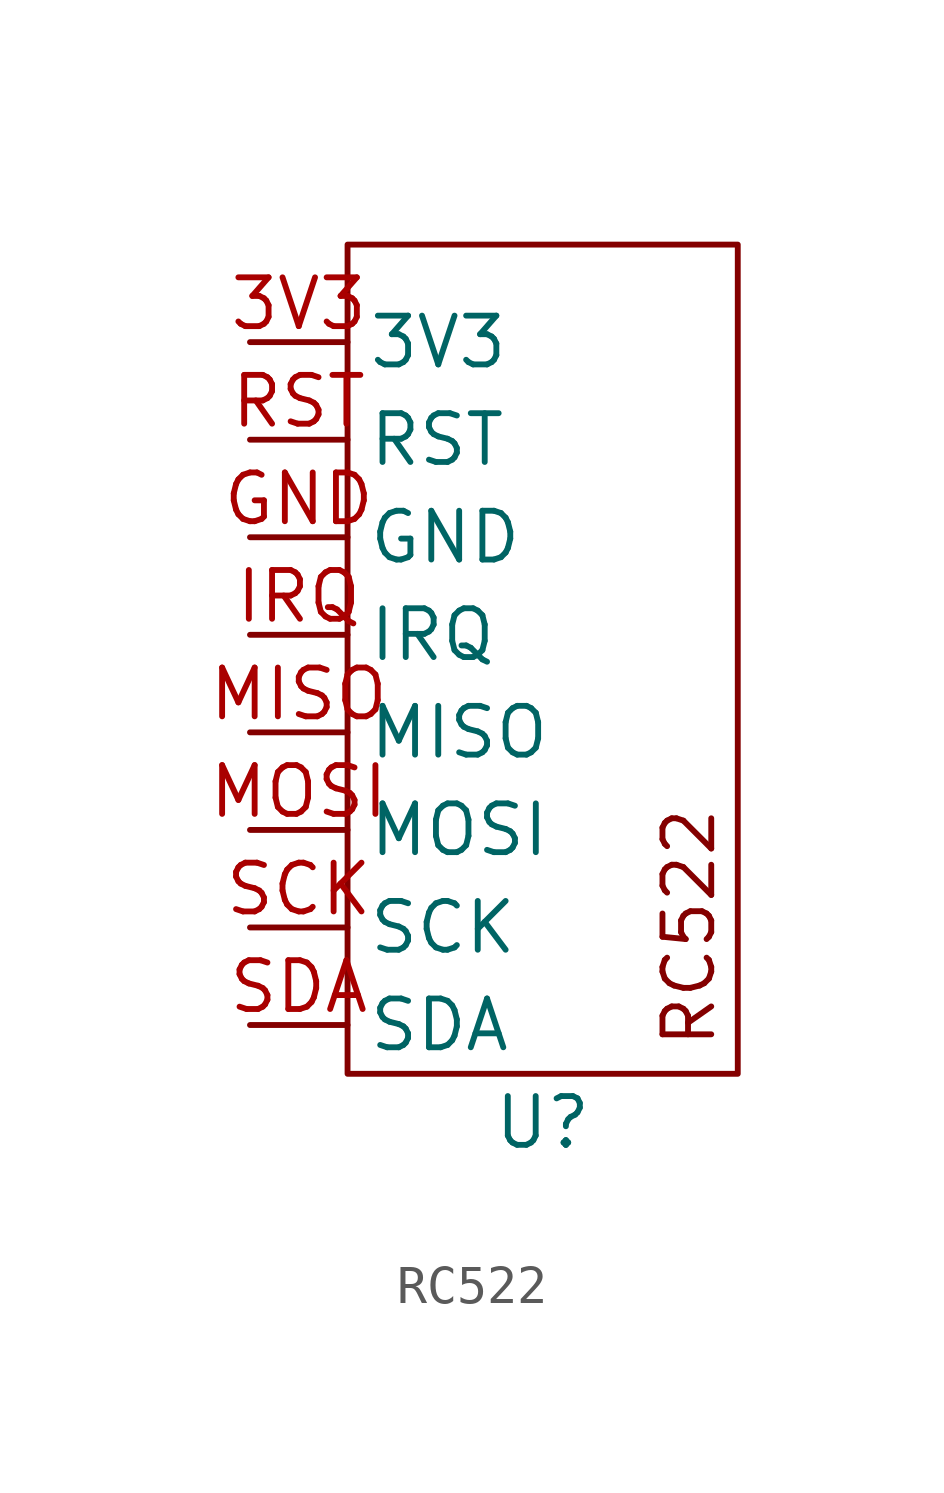
<source format=kicad_sym>
(kicad_symbol_lib
  (version 20220914)
  (generator kicad_symbol_editor)
  (symbol "RC522"
    (property "Reference" "U"
      (at 0 0 0)
      (effects (font (size 1.27 1.27))))
    (property "Value" ""
      (at 0 0 0)
      (effects (font (size 1.27 1.27))))
    (symbol "RC522_0_1"
      (rectangle (start -5.08 22.86) (end 5.08 1.27) (stroke (width 0) (type default)) (fill (type none))))
    (symbol "RC522_1_1"
      (text "RC522" (at 3.81 5.08 900) (effects (font (size 1.27 1.27))))
      (pin power_in line (at -7.62 20.32 0) (length 2.54) (name "3V3" (effects (font (size 1.27 1.27)))) (number "3V3" (effects (font (size 1.27 1.27)))))
      (pin power_in line (at -7.62 15.24 0) (length 2.54) (name "GND" (effects (font (size 1.27 1.27)))) (number "GND" (effects (font (size 1.27 1.27)))))
      (pin bidirectional line (at -7.62 12.7 0) (length 2.54) (name "IRQ" (effects (font (size 1.27 1.27)))) (number "IRQ" (effects (font (size 1.27 1.27)))))
      (pin bidirectional line (at -7.62 10.16 0) (length 2.54) (name "MISO" (effects (font (size 1.27 1.27)))) (number "MISO" (effects (font (size 1.27 1.27)))))
      (pin bidirectional line (at -7.62 7.62 0) (length 2.54) (name "MOSI" (effects (font (size 1.27 1.27)))) (number "MOSI" (effects (font (size 1.27 1.27)))))
      (pin bidirectional line (at -7.62 17.78 0) (length 2.54) (name "RST" (effects (font (size 1.27 1.27)))) (number "RST" (effects (font (size 1.27 1.27)))))
      (pin bidirectional line (at -7.62 5.08 0) (length 2.54) (name "SCK" (effects (font (size 1.27 1.27)))) (number "SCK" (effects (font (size 1.27 1.27)))))
      (pin bidirectional line (at -7.62 2.54 0) (length 2.54) (name "SDA" (effects (font (size 1.27 1.27)))) (number "SDA" (effects (font (size 1.27 1.27))))))))
</source>
